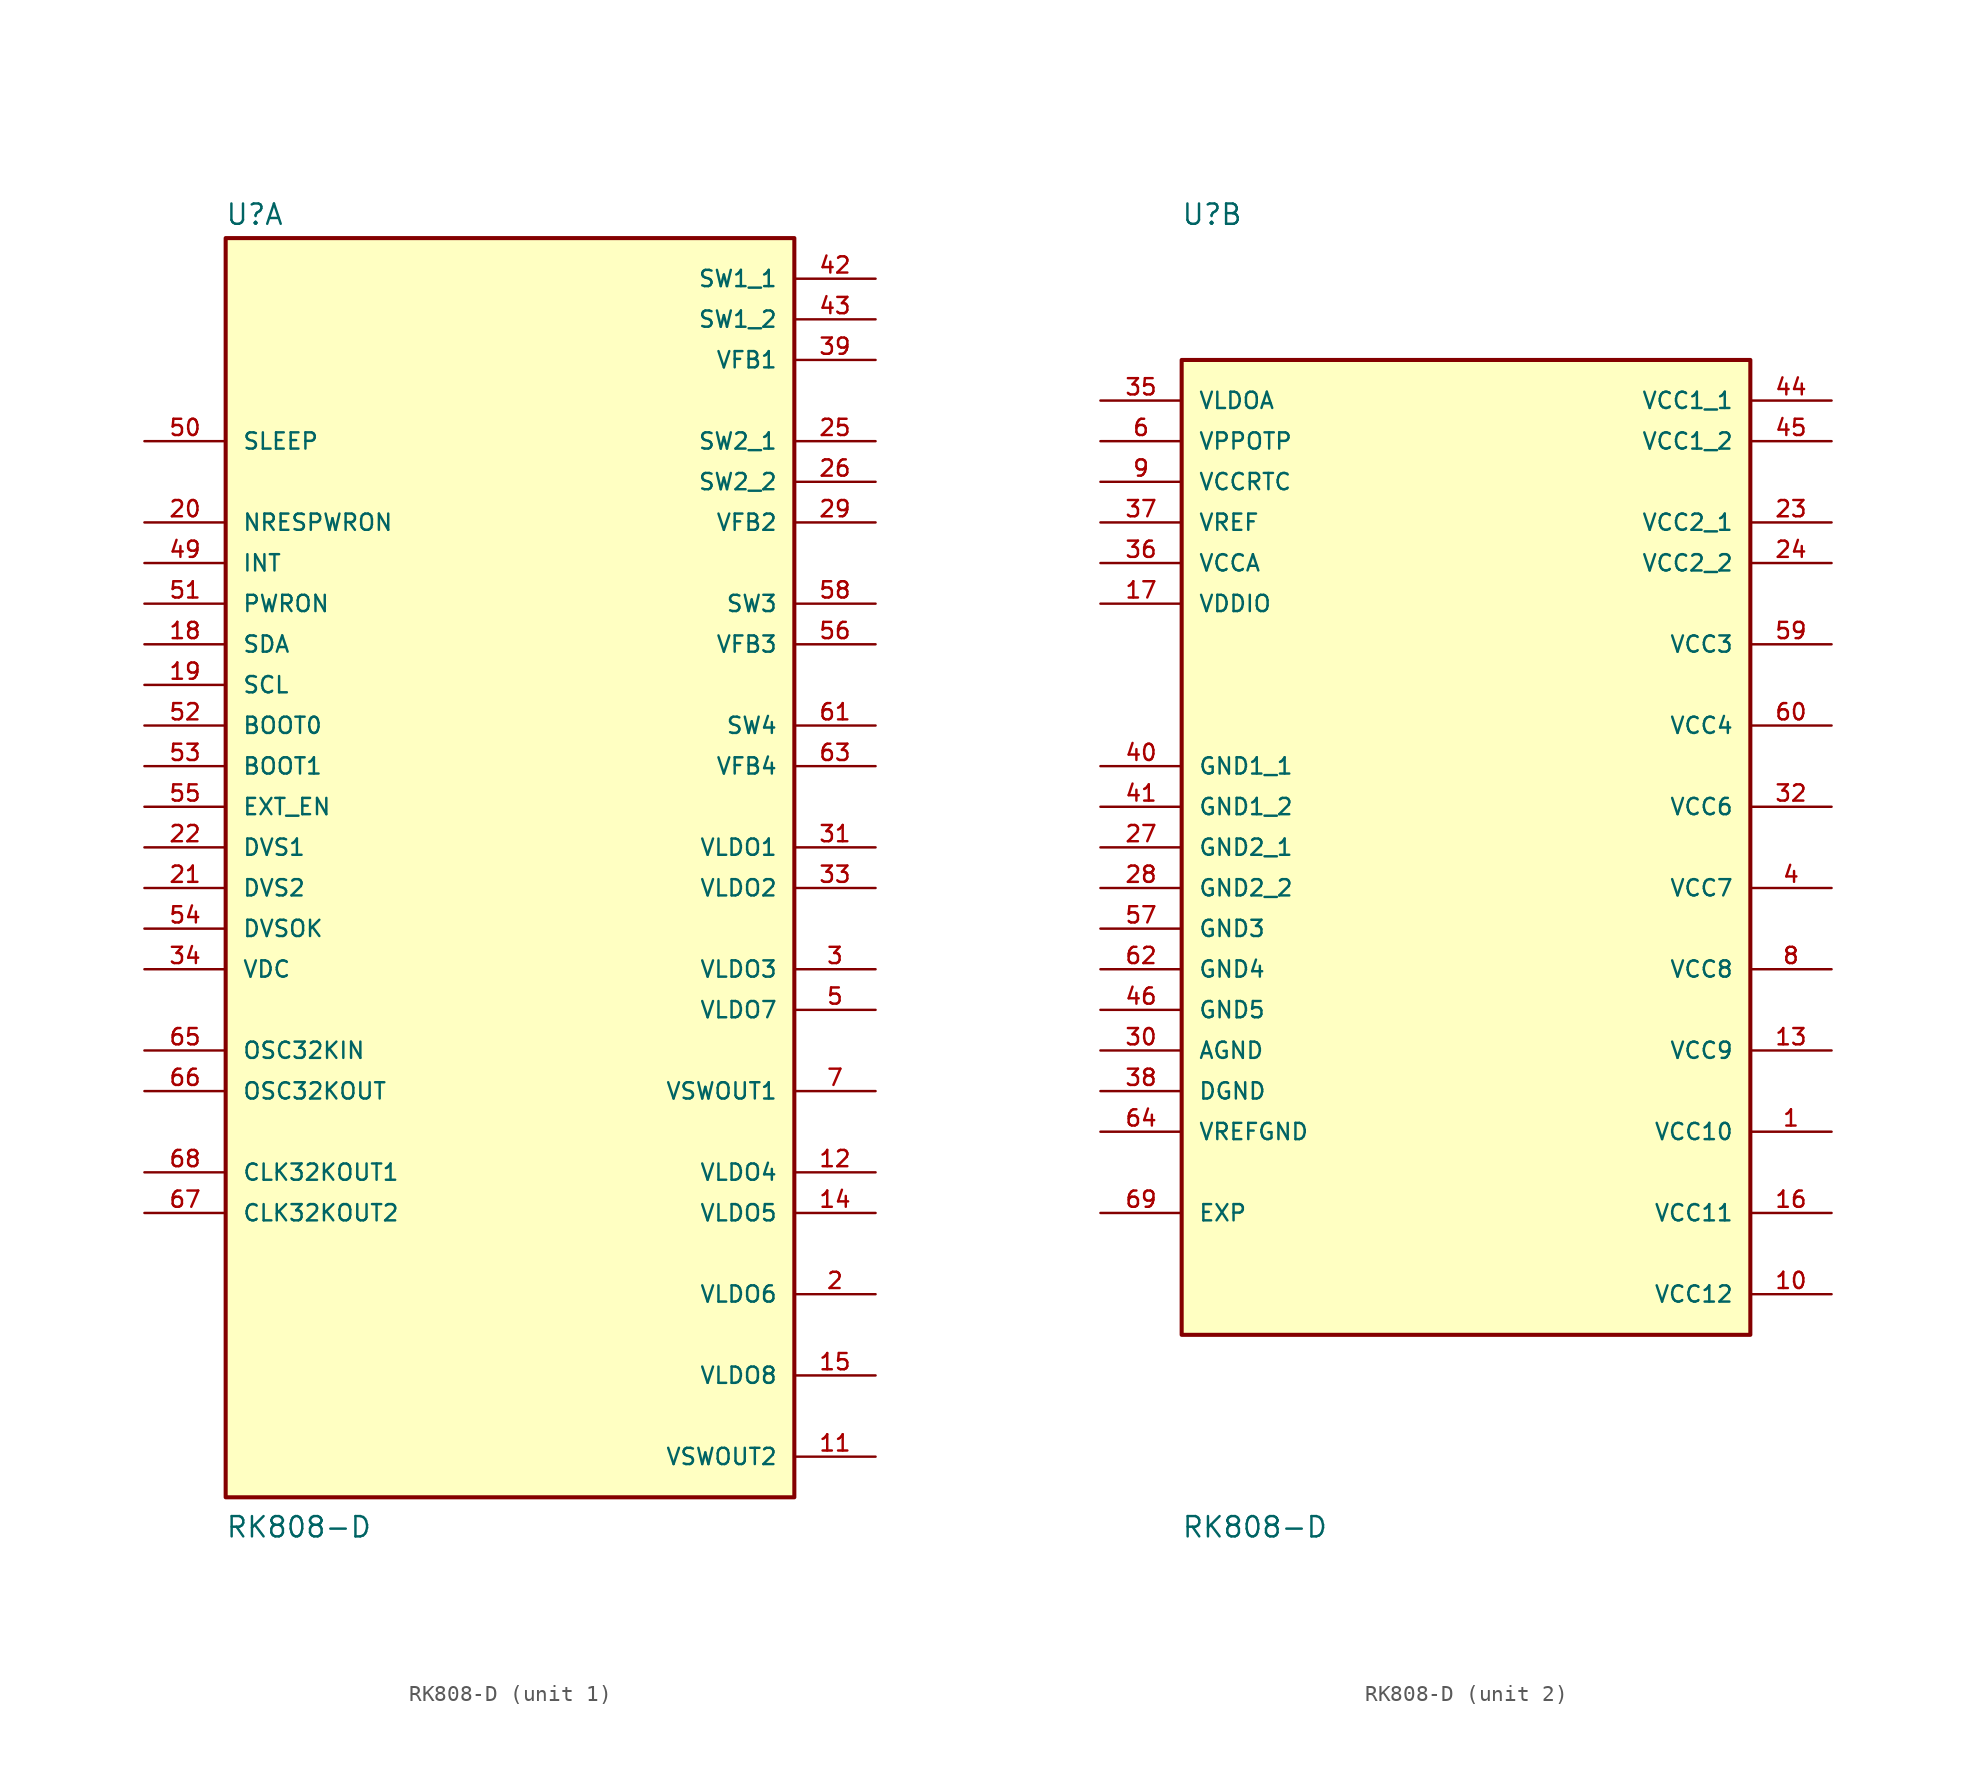
<source format=kicad_sym>
(kicad_symbol_lib
  (version 20211014)
  (generator kicad_symbol_editor)
  (symbol "RK808-D"
    (pin_names
      (offset 1.016))
    (property "Reference" "U"
      (at -17.824 38.831 0)
      (effects (font (size 1.27 1.27)) (justify bottom left)))
    (property "Value" "RK808-D"
      (at -17.808 -43.248 0)
      (effects (font (size 1.27 1.27)) (justify bottom left)))
    (symbol "RK808-D_1_0"
      (rectangle (start -17.78 -40.64) (end 17.78 38.1) (stroke (width 0.254)) (fill (type background)))
      (pin input line (at -22.86 -12.7 0) (length 5.08) (name "OSC32KIN" (effects (font (size 1.016 1.016)))) (number "65" (effects (font (size 1.016 1.016)))))
      (pin output line (at -22.86 -15.24 0) (length 5.08) (name "OSC32KOUT" (effects (font (size 1.016 1.016)))) (number "66" (effects (font (size 1.016 1.016)))))
      (pin output line (at -22.86 -20.32 0) (length 5.08) (name "CLK32KOUT1" (effects (font (size 1.016 1.016)))) (number "68" (effects (font (size 1.016 1.016)))))
      (pin output line (at -22.86 -22.86 0) (length 5.08) (name "CLK32KOUT2" (effects (font (size 1.016 1.016)))) (number "67" (effects (font (size 1.016 1.016)))))
      (pin output line (at 22.86 35.56 180.0) (length 5.08) (name "SW1_1" (effects (font (size 1.016 1.016)))) (number "42" (effects (font (size 1.016 1.016)))))
      (pin output line (at 22.86 33.02 180.0) (length 5.08) (name "SW1_2" (effects (font (size 1.016 1.016)))) (number "43" (effects (font (size 1.016 1.016)))))
      (pin output line (at 22.86 25.4 180.0) (length 5.08) (name "SW2_1" (effects (font (size 1.016 1.016)))) (number "25" (effects (font (size 1.016 1.016)))))
      (pin output line (at 22.86 22.86 180.0) (length 5.08) (name "SW2_2" (effects (font (size 1.016 1.016)))) (number "26" (effects (font (size 1.016 1.016)))))
      (pin input line (at 22.86 20.32 180.0) (length 5.08) (name "VFB2" (effects (font (size 1.016 1.016)))) (number "29" (effects (font (size 1.016 1.016)))))
      (pin output line (at 22.86 15.24 180.0) (length 5.08) (name "SW3" (effects (font (size 1.016 1.016)))) (number "58" (effects (font (size 1.016 1.016)))))
      (pin input line (at 22.86 12.7 180.0) (length 5.08) (name "VFB3" (effects (font (size 1.016 1.016)))) (number "56" (effects (font (size 1.016 1.016)))))
      (pin output line (at 22.86 7.62 180.0) (length 5.08) (name "SW4" (effects (font (size 1.016 1.016)))) (number "61" (effects (font (size 1.016 1.016)))))
      (pin input line (at 22.86 5.08 180.0) (length 5.08) (name "VFB4" (effects (font (size 1.016 1.016)))) (number "63" (effects (font (size 1.016 1.016)))))
      (pin output line (at 22.86 0.0 180.0) (length 5.08) (name "VLDO1" (effects (font (size 1.016 1.016)))) (number "31" (effects (font (size 1.016 1.016)))))
      (pin output line (at 22.86 -2.54 180.0) (length 5.08) (name "VLDO2" (effects (font (size 1.016 1.016)))) (number "33" (effects (font (size 1.016 1.016)))))
      (pin output line (at 22.86 -7.62 180.0) (length 5.08) (name "VLDO3" (effects (font (size 1.016 1.016)))) (number "3" (effects (font (size 1.016 1.016)))))
      (pin output line (at 22.86 -20.32 180.0) (length 5.08) (name "VLDO4" (effects (font (size 1.016 1.016)))) (number "12" (effects (font (size 1.016 1.016)))))
      (pin output line (at 22.86 -22.86 180.0) (length 5.08) (name "VLDO5" (effects (font (size 1.016 1.016)))) (number "14" (effects (font (size 1.016 1.016)))))
      (pin output line (at 22.86 -27.94 180.0) (length 5.08) (name "VLDO6" (effects (font (size 1.016 1.016)))) (number "2" (effects (font (size 1.016 1.016)))))
      (pin output line (at 22.86 -10.16 180.0) (length 5.08) (name "VLDO7" (effects (font (size 1.016 1.016)))) (number "5" (effects (font (size 1.016 1.016)))))
      (pin output line (at 22.86 -33.02 180.0) (length 5.08) (name "VLDO8" (effects (font (size 1.016 1.016)))) (number "15" (effects (font (size 1.016 1.016)))))
      (pin output line (at 22.86 -15.24 180.0) (length 5.08) (name "VSWOUT1" (effects (font (size 1.016 1.016)))) (number "7" (effects (font (size 1.016 1.016)))))
      (pin output line (at 22.86 -38.1 180.0) (length 5.08) (name "VSWOUT2" (effects (font (size 1.016 1.016)))) (number "11" (effects (font (size 1.016 1.016)))))
      (pin input line (at -22.86 25.4 0) (length 5.08) (name "SLEEP" (effects (font (size 1.016 1.016)))) (number "50" (effects (font (size 1.016 1.016)))))
      (pin bidirectional line (at -22.86 20.32 0) (length 5.08) (name "NRESPWRON" (effects (font (size 1.016 1.016)))) (number "20" (effects (font (size 1.016 1.016)))))
      (pin bidirectional line (at -22.86 17.78 0) (length 5.08) (name "INT" (effects (font (size 1.016 1.016)))) (number "49" (effects (font (size 1.016 1.016)))))
      (pin bidirectional line (at -22.86 15.24 0) (length 5.08) (name "PWRON" (effects (font (size 1.016 1.016)))) (number "51" (effects (font (size 1.016 1.016)))))
      (pin bidirectional line (at -22.86 12.7 0) (length 5.08) (name "SDA" (effects (font (size 1.016 1.016)))) (number "18" (effects (font (size 1.016 1.016)))))
      (pin bidirectional line (at -22.86 10.16 0) (length 5.08) (name "SCL" (effects (font (size 1.016 1.016)))) (number "19" (effects (font (size 1.016 1.016)))))
      (pin bidirectional line (at -22.86 7.62 0) (length 5.08) (name "BOOT0" (effects (font (size 1.016 1.016)))) (number "52" (effects (font (size 1.016 1.016)))))
      (pin bidirectional line (at -22.86 5.08 0) (length 5.08) (name "BOOT1" (effects (font (size 1.016 1.016)))) (number "53" (effects (font (size 1.016 1.016)))))
      (pin bidirectional line (at -22.86 2.54 0) (length 5.08) (name "EXT_EN" (effects (font (size 1.016 1.016)))) (number "55" (effects (font (size 1.016 1.016)))))
      (pin bidirectional line (at -22.86 0.0 0) (length 5.08) (name "DVS1" (effects (font (size 1.016 1.016)))) (number "22" (effects (font (size 1.016 1.016)))))
      (pin bidirectional line (at -22.86 -2.54 0) (length 5.08) (name "DVS2" (effects (font (size 1.016 1.016)))) (number "21" (effects (font (size 1.016 1.016)))))
      (pin bidirectional line (at -22.86 -5.08 0) (length 5.08) (name "DVSOK" (effects (font (size 1.016 1.016)))) (number "54" (effects (font (size 1.016 1.016)))))
      (pin bidirectional line (at -22.86 -7.62 0) (length 5.08) (name "VDC" (effects (font (size 1.016 1.016)))) (number "34" (effects (font (size 1.016 1.016)))))
      (pin input line (at 22.86 30.48 180.0) (length 5.08) (name "VFB1" (effects (font (size 1.016 1.016)))) (number "39" (effects (font (size 1.016 1.016))))))
    (symbol "RK808-D_2_0"
      (rectangle (start -17.78 -30.48) (end 17.78 30.48) (stroke (width 0.254)) (fill (type background)))
      (pin power_in line (at -22.86 22.86 0) (length 5.08) (name "VCCRTC" (effects (font (size 1.016 1.016)))) (number "9" (effects (font (size 1.016 1.016)))))
      (pin power_in line (at -22.86 20.32 0) (length 5.08) (name "VREF" (effects (font (size 1.016 1.016)))) (number "37" (effects (font (size 1.016 1.016)))))
      (pin power_in line (at -22.86 17.78 0) (length 5.08) (name "VCCA" (effects (font (size 1.016 1.016)))) (number "36" (effects (font (size 1.016 1.016)))))
      (pin power_in line (at -22.86 25.4 0) (length 5.08) (name "VPPOTP" (effects (font (size 1.016 1.016)))) (number "6" (effects (font (size 1.016 1.016)))))
      (pin power_in line (at -22.86 27.94 0) (length 5.08) (name "VLDOA" (effects (font (size 1.016 1.016)))) (number "35" (effects (font (size 1.016 1.016)))))
      (pin power_in line (at -22.86 15.24 0) (length 5.08) (name "VDDIO" (effects (font (size 1.016 1.016)))) (number "17" (effects (font (size 1.016 1.016)))))
      (pin power_in line (at -22.86 -17.78 0) (length 5.08) (name "VREFGND" (effects (font (size 1.016 1.016)))) (number "64" (effects (font (size 1.016 1.016)))))
      (pin power_in line (at -22.86 5.08 0) (length 5.08) (name "GND1_1" (effects (font (size 1.016 1.016)))) (number "40" (effects (font (size 1.016 1.016)))))
      (pin power_in line (at -22.86 2.54 0) (length 5.08) (name "GND1_2" (effects (font (size 1.016 1.016)))) (number "41" (effects (font (size 1.016 1.016)))))
      (pin power_in line (at -22.86 0.0 0) (length 5.08) (name "GND2_1" (effects (font (size 1.016 1.016)))) (number "27" (effects (font (size 1.016 1.016)))))
      (pin power_in line (at -22.86 -2.54 0) (length 5.08) (name "GND2_2" (effects (font (size 1.016 1.016)))) (number "28" (effects (font (size 1.016 1.016)))))
      (pin power_in line (at -22.86 -5.08 0) (length 5.08) (name "GND3" (effects (font (size 1.016 1.016)))) (number "57" (effects (font (size 1.016 1.016)))))
      (pin power_in line (at -22.86 -7.62 0) (length 5.08) (name "GND4" (effects (font (size 1.016 1.016)))) (number "62" (effects (font (size 1.016 1.016)))))
      (pin power_in line (at -22.86 -10.16 0) (length 5.08) (name "GND5" (effects (font (size 1.016 1.016)))) (number "46" (effects (font (size 1.016 1.016)))))
      (pin power_in line (at -22.86 -12.7 0) (length 5.08) (name "AGND" (effects (font (size 1.016 1.016)))) (number "30" (effects (font (size 1.016 1.016)))))
      (pin power_in line (at -22.86 -15.24 0) (length 5.08) (name "DGND" (effects (font (size 1.016 1.016)))) (number "38" (effects (font (size 1.016 1.016)))))
      (pin power_in line (at 22.86 27.94 180.0) (length 5.08) (name "VCC1_1" (effects (font (size 1.016 1.016)))) (number "44" (effects (font (size 1.016 1.016)))))
      (pin power_in line (at 22.86 25.4 180.0) (length 5.08) (name "VCC1_2" (effects (font (size 1.016 1.016)))) (number "45" (effects (font (size 1.016 1.016)))))
      (pin power_in line (at 22.86 20.32 180.0) (length 5.08) (name "VCC2_1" (effects (font (size 1.016 1.016)))) (number "23" (effects (font (size 1.016 1.016)))))
      (pin power_in line (at 22.86 17.78 180.0) (length 5.08) (name "VCC2_2" (effects (font (size 1.016 1.016)))) (number "24" (effects (font (size 1.016 1.016)))))
      (pin power_in line (at 22.86 12.7 180.0) (length 5.08) (name "VCC3" (effects (font (size 1.016 1.016)))) (number "59" (effects (font (size 1.016 1.016)))))
      (pin power_in line (at 22.86 7.62 180.0) (length 5.08) (name "VCC4" (effects (font (size 1.016 1.016)))) (number "60" (effects (font (size 1.016 1.016)))))
      (pin power_in line (at 22.86 2.54 180.0) (length 5.08) (name "VCC6" (effects (font (size 1.016 1.016)))) (number "32" (effects (font (size 1.016 1.016)))))
      (pin power_in line (at 22.86 -2.54 180.0) (length 5.08) (name "VCC7" (effects (font (size 1.016 1.016)))) (number "4" (effects (font (size 1.016 1.016)))))
      (pin power_in line (at 22.86 -7.62 180.0) (length 5.08) (name "VCC8" (effects (font (size 1.016 1.016)))) (number "8" (effects (font (size 1.016 1.016)))))
      (pin power_in line (at 22.86 -17.78 180.0) (length 5.08) (name "VCC10" (effects (font (size 1.016 1.016)))) (number "1" (effects (font (size 1.016 1.016)))))
      (pin power_in line (at 22.86 -22.86 180.0) (length 5.08) (name "VCC11" (effects (font (size 1.016 1.016)))) (number "16" (effects (font (size 1.016 1.016)))))
      (pin power_in line (at 22.86 -27.94 180.0) (length 5.08) (name "VCC12" (effects (font (size 1.016 1.016)))) (number "10" (effects (font (size 1.016 1.016)))))
      (pin power_in line (at 22.86 -12.7 180.0) (length 5.08) (name "VCC9" (effects (font (size 1.016 1.016)))) (number "13" (effects (font (size 1.016 1.016)))))
      (pin power_in line (at -22.86 -22.86 0) (length 5.08) (name "EXP" (effects (font (size 1.016 1.016)))) (number "69" (effects (font (size 1.016 1.016))))))))
</source>
